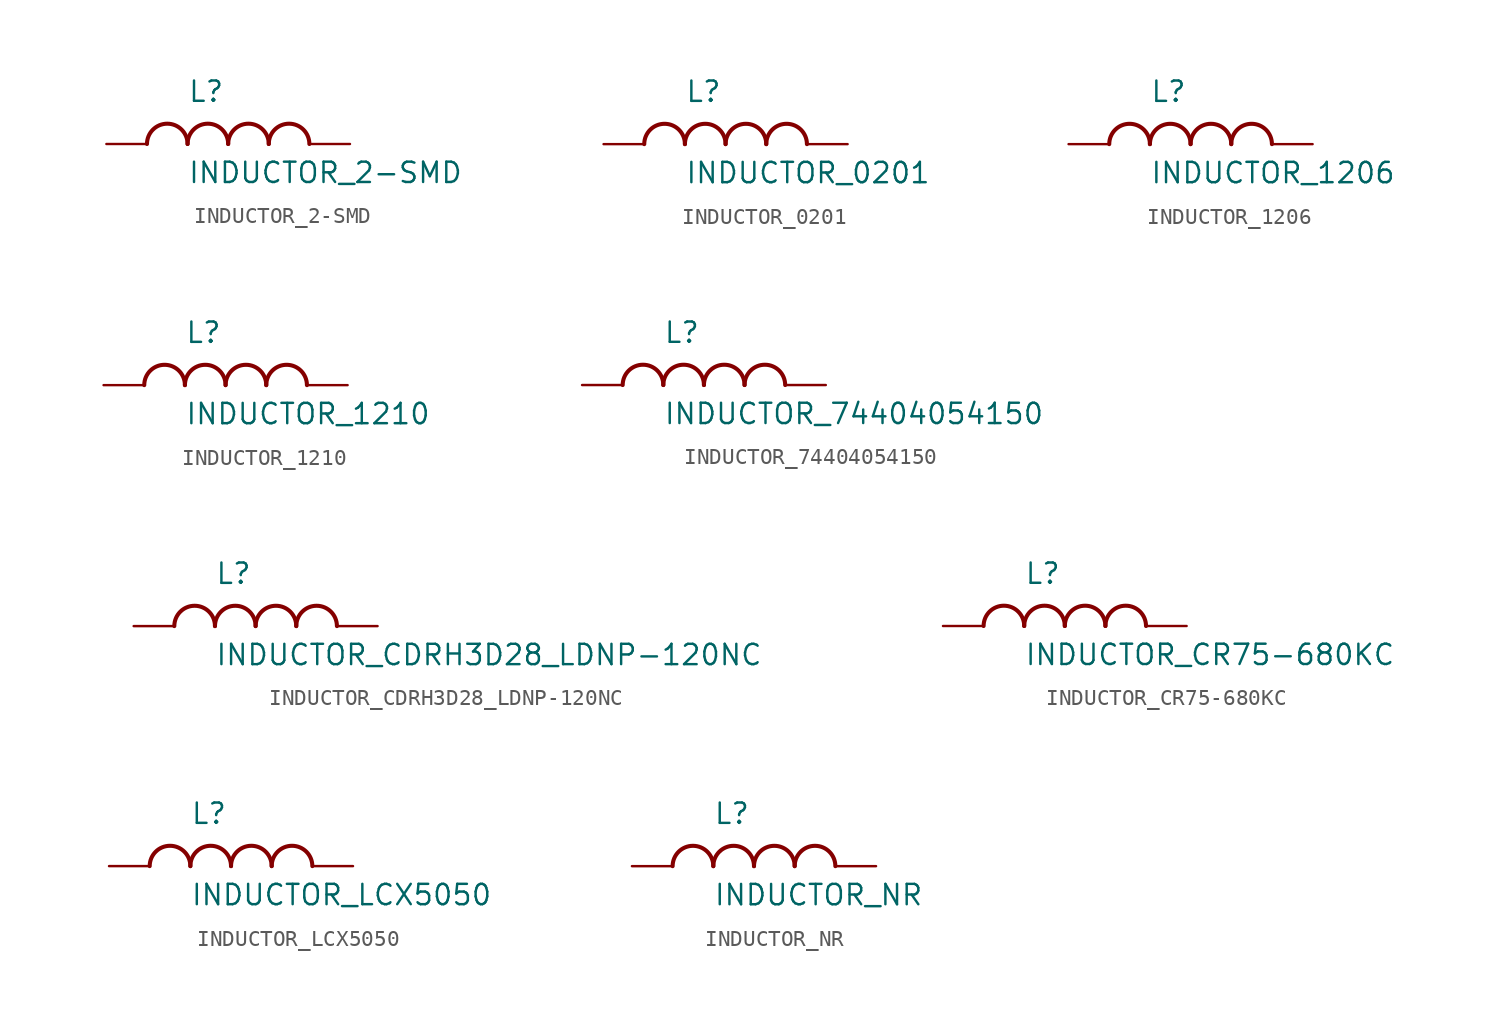
<source format=kicad_sym>
(kicad_symbol_lib
  (version 20211014)
  (generator kicad_symbol_editor)
  (symbol "INDUCTOR_2-SMD"
    (pin_numbers hide)
    (pin_names hide)
    (property "Reference" "L"
      (at -2.54 2.54 0)
      (effects (font (size 1.27 1.27)) (justify left bottom)))
    (property "Value" "INDUCTOR_2-SMD"
      (at -2.54 -2.54 0)
      (effects (font (size 1.27 1.27)) (justify left bottom)))
    (property "Datasheet" ""
      (at 0 0 0))
    (property "ki_fp_filters" "FlashPCB_Inductors:INDUCTOR_10.85MMX10.00MM FlashPCB_Inductors:INDUCTOR_11.15MMX10.00MM FlashPCB_Inductors:INDUCTOR_13.65MMX12.60MM FlashPCB_Inductors:INDUCTOR_3.50MMX3.20MM FlashPCB_Inductors:INDUCTOR_4.45MMX4.06MM FlashPCB_Inductors:INDUCTOR_5.20MMX5.20MM FlashPCB_Inductors:INDUCTOR_5.50MMX5.30MM FlashPCB_Inductors:INDUCTOR_6.00MMX6.00MM FlashPCB_Inductors:INDUCTOR_7.15MMX6.60MM FlashPCB_Inductors:14-LGA(3X5)"
      (at 0 0 0))
    (symbol "INDUCTOR_2-SMD_1_1"
      (arc (start -2.54 0) (mid -3.81 1.27) (end -5.08 0) (stroke (width 0.254) (type default)) (fill (type none)))
      (arc (start 0 0) (mid -1.27 1.27) (end -2.54 0) (stroke (width 0.254) (type default)) (fill (type none)))
      (arc (start 2.54 0) (mid 1.27 1.27) (end 0 0) (stroke (width 0.254) (type default)) (fill (type none)))
      (arc (start 5.08 0) (mid 3.81 1.27) (end 2.54 0) (stroke (width 0.254) (type default)) (fill (type none)))
      (pin bidirectional line (at -7.62 0 0) (length 2.54) (name "1" (effects (font (size 0 0)))) (number "1" (effects (font (size 0 0)))))
      (pin bidirectional line (at 7.62 0 180) (length 2.54) (name "2" (effects (font (size 0 0)))) (number "2" (effects (font (size 0 0)))))))
  (symbol "INDUCTOR_0201"
    (pin_numbers hide)
    (pin_names hide)
    (property "Reference" "L"
      (at -2.54 2.54 0)
      (effects (font (size 1.27 1.27)) (justify left bottom)))
    (property "Value" "INDUCTOR_0201"
      (at -2.54 -2.54 0)
      (effects (font (size 1.27 1.27)) (justify left bottom)))
    (property "Datasheet" ""
      (at 0 0 0))
    (property "ki_fp_filters" "FlashPCB_Inductors:INDUCTOR_0201"
      (at 0 0 0))
    (symbol "INDUCTOR_0201_1_1"
      (arc (start -2.54 0) (mid -3.81 1.27) (end -5.08 0) (stroke (width 0.254) (type default)) (fill (type none)))
      (arc (start 0 0) (mid -1.27 1.27) (end -2.54 0) (stroke (width 0.254) (type default)) (fill (type none)))
      (arc (start 2.54 0) (mid 1.27 1.27) (end 0 0) (stroke (width 0.254) (type default)) (fill (type none)))
      (arc (start 5.08 0) (mid 3.81 1.27) (end 2.54 0) (stroke (width 0.254) (type default)) (fill (type none)))
      (pin bidirectional line (at -7.62 0 0) (length 2.54) (name "1" (effects (font (size 0 0)))) (number "1" (effects (font (size 0 0)))))
      (pin bidirectional line (at 7.62 0 180) (length 2.54) (name "2" (effects (font (size 0 0)))) (number "2" (effects (font (size 0 0)))))))
  (symbol "INDUCTOR_1206"
    (pin_numbers hide)
    (pin_names hide)
    (property "Reference" "L"
      (at -2.54 2.54 0)
      (effects (font (size 1.27 1.27)) (justify left bottom)))
    (property "Value" "INDUCTOR_1206"
      (at -2.54 -2.54 0)
      (effects (font (size 1.27 1.27)) (justify left bottom)))
    (property "Datasheet" ""
      (at 0 0 0))
    (property "ki_fp_filters" "FlashPCB_Inductors:INDUCTOR_1206"
      (at 0 0 0))
    (symbol "INDUCTOR_1206_1_1"
      (arc (start -2.54 0) (mid -3.81 1.27) (end -5.08 0) (stroke (width 0.254) (type default)) (fill (type none)))
      (arc (start 0 0) (mid -1.27 1.27) (end -2.54 0) (stroke (width 0.254) (type default)) (fill (type none)))
      (arc (start 2.54 0) (mid 1.27 1.27) (end 0 0) (stroke (width 0.254) (type default)) (fill (type none)))
      (arc (start 5.08 0) (mid 3.81 1.27) (end 2.54 0) (stroke (width 0.254) (type default)) (fill (type none)))
      (pin bidirectional line (at -7.62 0 0) (length 2.54) (name "1" (effects (font (size 0 0)))) (number "1" (effects (font (size 0 0)))))
      (pin bidirectional line (at 7.62 0 180) (length 2.54) (name "2" (effects (font (size 0 0)))) (number "2" (effects (font (size 0 0)))))))
  (symbol "INDUCTOR_1210"
    (pin_numbers hide)
    (pin_names hide)
    (property "Reference" "L"
      (at -2.54 2.54 0)
      (effects (font (size 1.27 1.27)) (justify left bottom)))
    (property "Value" "INDUCTOR_1210"
      (at -2.54 -2.54 0)
      (effects (font (size 1.27 1.27)) (justify left bottom)))
    (property "Datasheet" ""
      (at 0 0 0))
    (property "ki_fp_filters" "FlashPCB_Inductors:INDUCTOR_1210"
      (at 0 0 0))
    (symbol "INDUCTOR_1210_1_1"
      (arc (start -2.54 0) (mid -3.81 1.27) (end -5.08 0) (stroke (width 0.254) (type default)) (fill (type none)))
      (arc (start 0 0) (mid -1.27 1.27) (end -2.54 0) (stroke (width 0.254) (type default)) (fill (type none)))
      (arc (start 2.54 0) (mid 1.27 1.27) (end 0 0) (stroke (width 0.254) (type default)) (fill (type none)))
      (arc (start 5.08 0) (mid 3.81 1.27) (end 2.54 0) (stroke (width 0.254) (type default)) (fill (type none)))
      (pin bidirectional line (at -7.62 0 0) (length 2.54) (name "1" (effects (font (size 0 0)))) (number "1" (effects (font (size 0 0)))))
      (pin bidirectional line (at 7.62 0 180) (length 2.54) (name "2" (effects (font (size 0 0)))) (number "2" (effects (font (size 0 0)))))))
  (symbol "INDUCTOR_74404054150"
    (pin_numbers hide)
    (pin_names hide)
    (property "Reference" "L"
      (at -2.54 2.54 0)
      (effects (font (size 1.27 1.27)) (justify left bottom)))
    (property "Value" "INDUCTOR_74404054150"
      (at -2.54 -2.54 0)
      (effects (font (size 1.27 1.27)) (justify left bottom)))
    (property "Datasheet" ""
      (at 0 0 0))
    (property "ki_fp_filters" "FlashPCB_Inductors:INDUCTOR_74404054150"
      (at 0 0 0))
    (symbol "INDUCTOR_74404054150_1_1"
      (arc (start -2.54 0) (mid -3.81 1.27) (end -5.08 0) (stroke (width 0.254) (type default)) (fill (type none)))
      (arc (start 0 0) (mid -1.27 1.27) (end -2.54 0) (stroke (width 0.254) (type default)) (fill (type none)))
      (arc (start 2.54 0) (mid 1.27 1.27) (end 0 0) (stroke (width 0.254) (type default)) (fill (type none)))
      (arc (start 5.08 0) (mid 3.81 1.27) (end 2.54 0) (stroke (width 0.254) (type default)) (fill (type none)))
      (pin bidirectional line (at -7.62 0 0) (length 2.54) (name "1" (effects (font (size 0 0)))) (number "1" (effects (font (size 0 0)))))
      (pin bidirectional line (at 7.62 0 180) (length 2.54) (name "2" (effects (font (size 0 0)))) (number "2" (effects (font (size 0 0)))))))
  (symbol "INDUCTOR_CDRH3D28_LDNP-120NC"
    (pin_numbers hide)
    (pin_names hide)
    (property "Reference" "L"
      (at -2.54 2.54 0)
      (effects (font (size 1.27 1.27)) (justify left bottom)))
    (property "Value" "INDUCTOR_CDRH3D28_LDNP-120NC"
      (at -2.54 -2.54 0)
      (effects (font (size 1.27 1.27)) (justify left bottom)))
    (property "Datasheet" ""
      (at 0 0 0))
    (property "ki_fp_filters" "FlashPCB_Inductors:INDUCTOR_CDRH3D28_LDNP-120NC"
      (at 0 0 0))
    (symbol "INDUCTOR_CDRH3D28_LDNP-120NC_1_1"
      (arc (start -2.54 0) (mid -3.81 1.27) (end -5.08 0) (stroke (width 0.254) (type default)) (fill (type none)))
      (arc (start 0 0) (mid -1.27 1.27) (end -2.54 0) (stroke (width 0.254) (type default)) (fill (type none)))
      (arc (start 2.54 0) (mid 1.27 1.27) (end 0 0) (stroke (width 0.254) (type default)) (fill (type none)))
      (arc (start 5.08 0) (mid 3.81 1.27) (end 2.54 0) (stroke (width 0.254) (type default)) (fill (type none)))
      (pin bidirectional line (at -7.62 0 0) (length 2.54) (name "1" (effects (font (size 0 0)))) (number "1" (effects (font (size 0 0)))))
      (pin bidirectional line (at 7.62 0 180) (length 2.54) (name "2" (effects (font (size 0 0)))) (number "2" (effects (font (size 0 0)))))))
  (symbol "INDUCTOR_CR75-680KC"
    (pin_numbers hide)
    (pin_names hide)
    (property "Reference" "L"
      (at -2.54 2.54 0)
      (effects (font (size 1.27 1.27)) (justify left bottom)))
    (property "Value" "INDUCTOR_CR75-680KC"
      (at -2.54 -2.54 0)
      (effects (font (size 1.27 1.27)) (justify left bottom)))
    (property "Datasheet" ""
      (at 0 0 0))
    (property "ki_fp_filters" "FlashPCB_Inductors:INDUCTOR_CR75-680KC"
      (at 0 0 0))
    (symbol "INDUCTOR_CR75-680KC_1_1"
      (arc (start -2.54 0) (mid -3.81 1.27) (end -5.08 0) (stroke (width 0.254) (type default)) (fill (type none)))
      (arc (start 0 0) (mid -1.27 1.27) (end -2.54 0) (stroke (width 0.254) (type default)) (fill (type none)))
      (arc (start 2.54 0) (mid 1.27 1.27) (end 0 0) (stroke (width 0.254) (type default)) (fill (type none)))
      (arc (start 5.08 0) (mid 3.81 1.27) (end 2.54 0) (stroke (width 0.254) (type default)) (fill (type none)))
      (pin bidirectional line (at -7.62 0 0) (length 2.54) (name "1" (effects (font (size 0 0)))) (number "1" (effects (font (size 0 0)))))
      (pin bidirectional line (at 7.62 0 180) (length 2.54) (name "2" (effects (font (size 0 0)))) (number "2" (effects (font (size 0 0)))))))
  (symbol "INDUCTOR_LCX5050"
    (pin_numbers hide)
    (pin_names hide)
    (property "Reference" "L"
      (at -2.54 2.54 0)
      (effects (font (size 1.27 1.27)) (justify left bottom)))
    (property "Value" "INDUCTOR_LCX5050"
      (at -2.54 -2.54 0)
      (effects (font (size 1.27 1.27)) (justify left bottom)))
    (property "Datasheet" ""
      (at 0 0 0))
    (property "ki_fp_filters" "FlashPCB_Inductors:INDUCTOR_LCX5050"
      (at 0 0 0))
    (symbol "INDUCTOR_LCX5050_1_1"
      (arc (start -2.54 0) (mid -3.81 1.27) (end -5.08 0) (stroke (width 0.254) (type default)) (fill (type none)))
      (arc (start 0 0) (mid -1.27 1.27) (end -2.54 0) (stroke (width 0.254) (type default)) (fill (type none)))
      (arc (start 2.54 0) (mid 1.27 1.27) (end 0 0) (stroke (width 0.254) (type default)) (fill (type none)))
      (arc (start 5.08 0) (mid 3.81 1.27) (end 2.54 0) (stroke (width 0.254) (type default)) (fill (type none)))
      (pin bidirectional line (at -7.62 0 0) (length 2.54) (name "1" (effects (font (size 0 0)))) (number "1" (effects (font (size 0 0)))))
      (pin bidirectional line (at 7.62 0 180) (length 2.54) (name "2" (effects (font (size 0 0)))) (number "2" (effects (font (size 0 0)))))))
  (symbol "INDUCTOR_NR"
    (pin_numbers hide)
    (pin_names hide)
    (property "Reference" "L"
      (at -2.54 2.54 0)
      (effects (font (size 1.27 1.27)) (justify left bottom)))
    (property "Value" "INDUCTOR_NR"
      (at -2.54 -2.54 0)
      (effects (font (size 1.27 1.27)) (justify left bottom)))
    (property "Datasheet" ""
      (at 0 0 0))
    (property "ki_fp_filters" "FlashPCB_Inductors:INDUCTOR_NR30 FlashPCB_Inductors:INDUCTOR_NR40 FlashPCB_Inductors:INDUCTOR_NR50 FlashPCB_Inductors:INDUCTOR_NR60 FlashPCB_Inductors:INDUCTOR_NR80 FlashPCB_Inductors:INDUCTOR_NRH24 FlashPCB_Inductors:INDUCTOR_NRS20"
      (at 0 0 0))
    (symbol "INDUCTOR_NR_1_1"
      (arc (start -2.54 0) (mid -3.81 1.27) (end -5.08 0) (stroke (width 0.254) (type default)) (fill (type none)))
      (arc (start 0 0) (mid -1.27 1.27) (end -2.54 0) (stroke (width 0.254) (type default)) (fill (type none)))
      (arc (start 2.54 0) (mid 1.27 1.27) (end 0 0) (stroke (width 0.254) (type default)) (fill (type none)))
      (arc (start 5.08 0) (mid 3.81 1.27) (end 2.54 0) (stroke (width 0.254) (type default)) (fill (type none)))
      (pin bidirectional line (at -7.62 0 0) (length 2.54) (name "1" (effects (font (size 0 0)))) (number "1" (effects (font (size 0 0)))))
      (pin bidirectional line (at 7.62 0 180) (length 2.54) (name "2" (effects (font (size 0 0)))) (number "2" (effects (font (size 0 0))))))))
</source>
